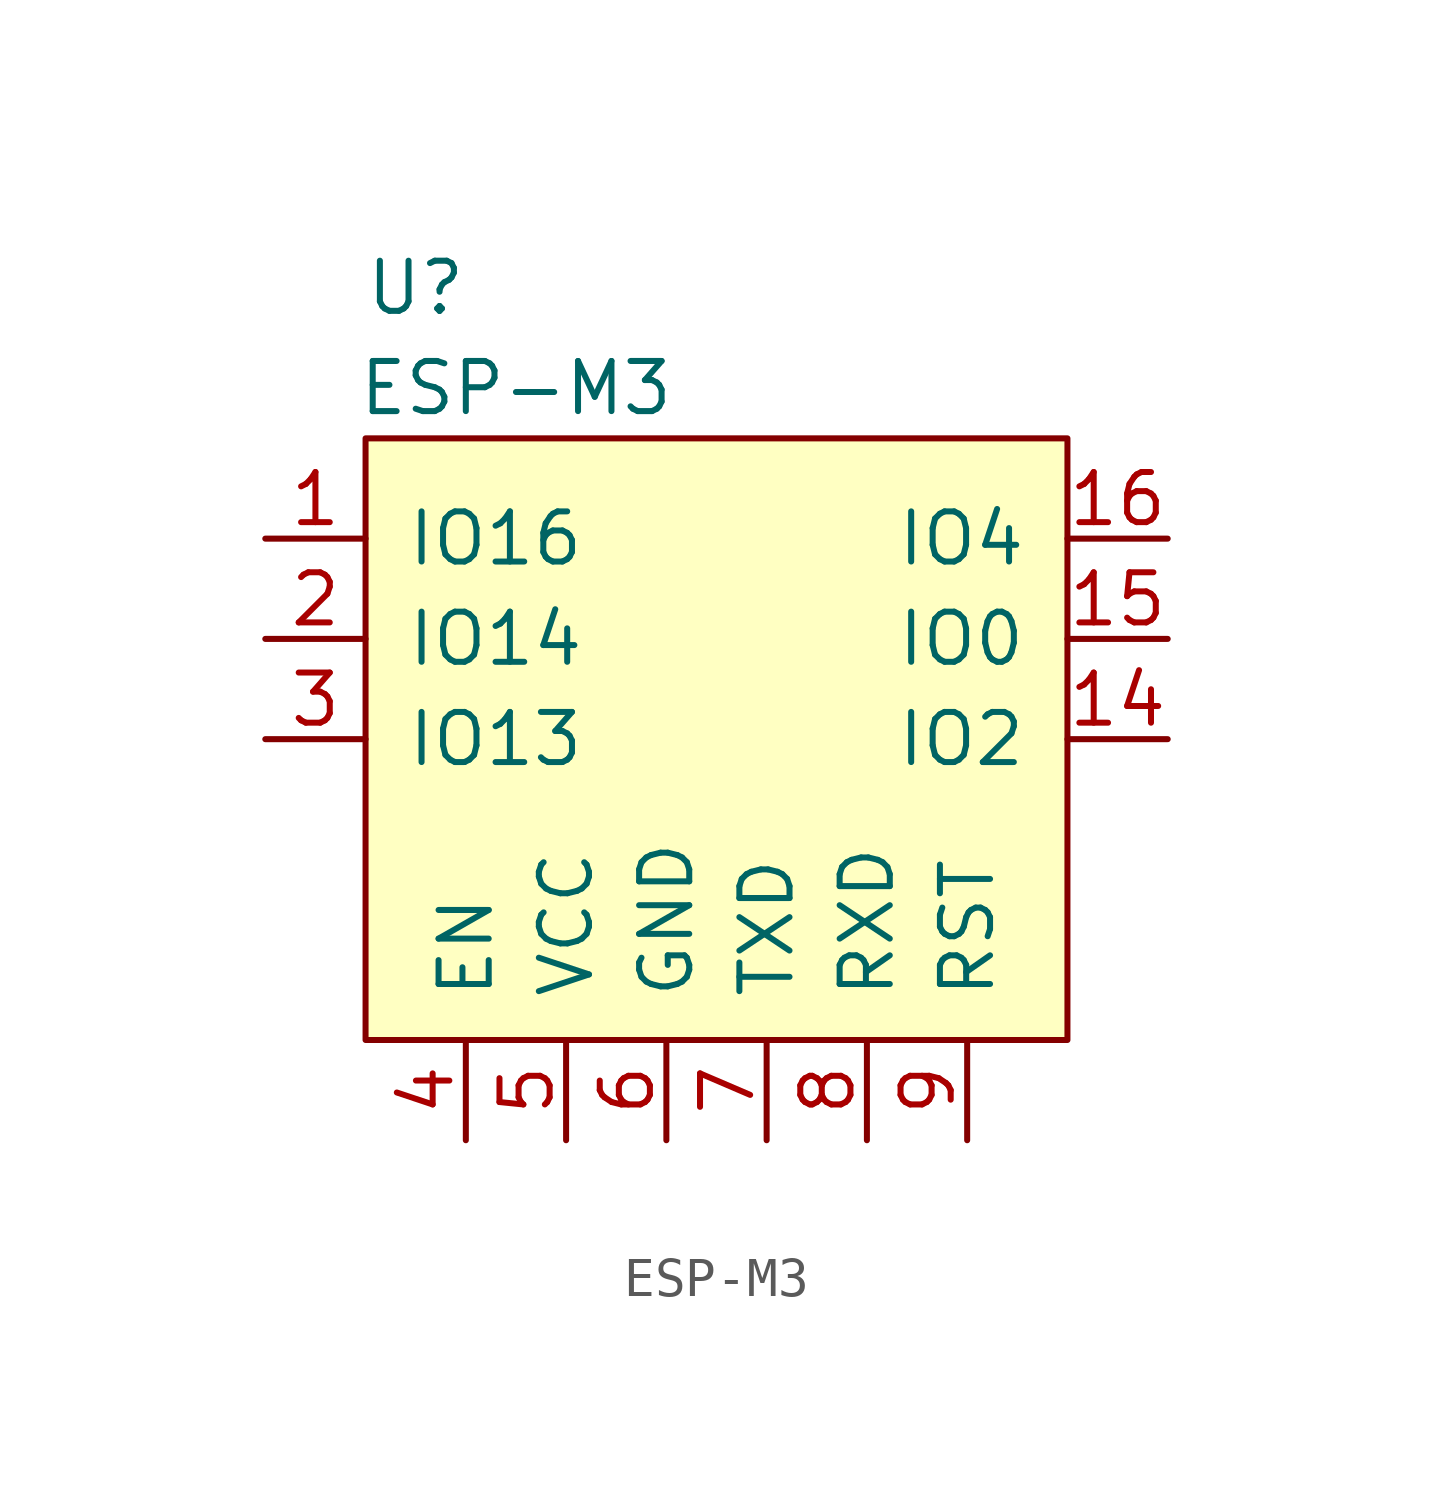
<source format=kicad_sym>
(kicad_symbol_lib
  (version 20211014)
  (generator kicad_symbol_editor)
  (symbol "ESP-M3"
    (pin_names
      (offset 1.016))
    (property "Reference" "U"
      (at -7.62 11.43 0)
      (effects (font (size 1.27 1.27))))
    (property "Value" "ESP-M3"
      (at -5.08 8.89 0)
      (effects (font (size 1.27 1.27))))
    (symbol "ESP-M3_0_1"
      (rectangle (start -8.89 7.62) (end 8.89 -7.62) (stroke (width 0) (type default) (color 0 0 0 0)) (fill (type background))))
    (symbol "ESP-M3_1_1"
      (pin input line (at -11.43 5.08 0) (length 2.54) (name "IO16" (effects (font (size 1.27 1.27)))) (number "1" (effects (font (size 1.27 1.27)))))
      (pin input line (at 11.43 0 180) (length 2.54) (name "IO2" (effects (font (size 1.27 1.27)))) (number "14" (effects (font (size 1.27 1.27)))))
      (pin input line (at 11.43 2.54 180) (length 2.54) (name "IO0" (effects (font (size 1.27 1.27)))) (number "15" (effects (font (size 1.27 1.27)))))
      (pin input line (at 11.43 5.08 180) (length 2.54) (name "IO4" (effects (font (size 1.27 1.27)))) (number "16" (effects (font (size 1.27 1.27)))))
      (pin input line (at -11.43 2.54 0) (length 2.54) (name "IO14" (effects (font (size 1.27 1.27)))) (number "2" (effects (font (size 1.27 1.27)))))
      (pin input line (at -11.43 0 0) (length 2.54) (name "IO13" (effects (font (size 1.27 1.27)))) (number "3" (effects (font (size 1.27 1.27)))))
      (pin input line (at -6.35 -10.16 90) (length 2.54) (name "EN" (effects (font (size 1.27 1.27)))) (number "4" (effects (font (size 1.27 1.27)))))
      (pin power_in line (at -3.81 -10.16 90) (length 2.54) (name "VCC" (effects (font (size 1.27 1.27)))) (number "5" (effects (font (size 1.27 1.27)))))
      (pin power_out line (at -1.27 -10.16 90) (length 2.54) (name "GND" (effects (font (size 1.27 1.27)))) (number "6" (effects (font (size 1.27 1.27)))))
      (pin input line (at 1.27 -10.16 90) (length 2.54) (name "TXD" (effects (font (size 1.27 1.27)))) (number "7" (effects (font (size 1.27 1.27)))))
      (pin input line (at 3.81 -10.16 90) (length 2.54) (name "RXD" (effects (font (size 1.27 1.27)))) (number "8" (effects (font (size 1.27 1.27)))))
      (pin input line (at 6.35 -10.16 90) (length 2.54) (name "RST" (effects (font (size 1.27 1.27)))) (number "9" (effects (font (size 1.27 1.27))))))))
</source>
